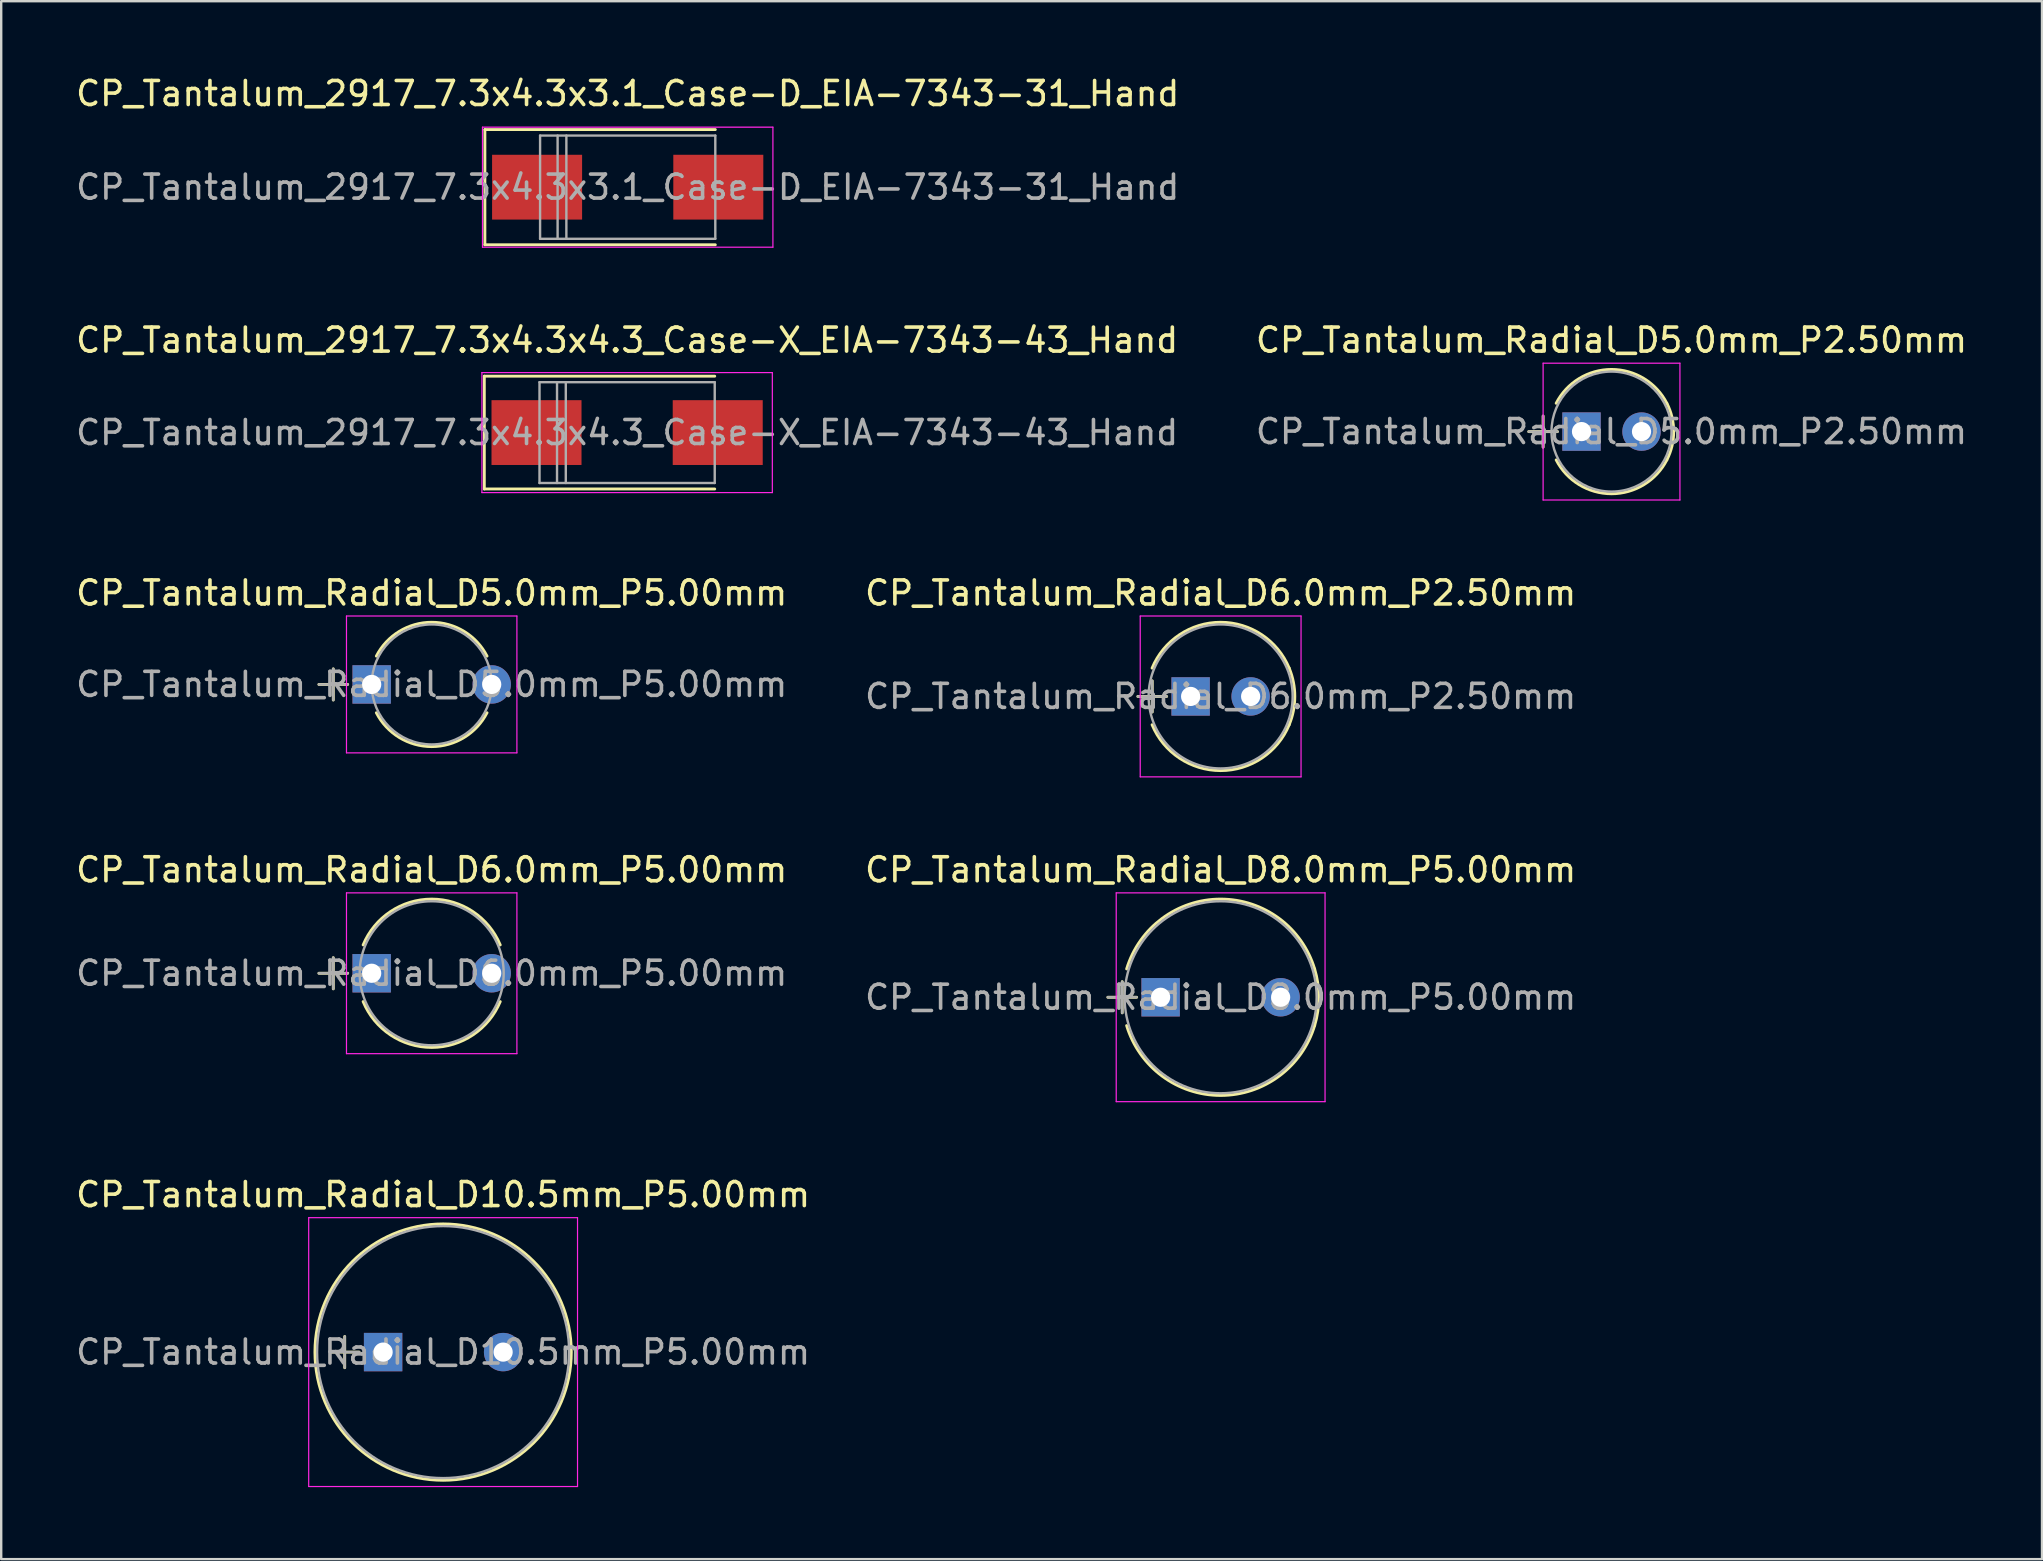
<source format=kicad_pcb>
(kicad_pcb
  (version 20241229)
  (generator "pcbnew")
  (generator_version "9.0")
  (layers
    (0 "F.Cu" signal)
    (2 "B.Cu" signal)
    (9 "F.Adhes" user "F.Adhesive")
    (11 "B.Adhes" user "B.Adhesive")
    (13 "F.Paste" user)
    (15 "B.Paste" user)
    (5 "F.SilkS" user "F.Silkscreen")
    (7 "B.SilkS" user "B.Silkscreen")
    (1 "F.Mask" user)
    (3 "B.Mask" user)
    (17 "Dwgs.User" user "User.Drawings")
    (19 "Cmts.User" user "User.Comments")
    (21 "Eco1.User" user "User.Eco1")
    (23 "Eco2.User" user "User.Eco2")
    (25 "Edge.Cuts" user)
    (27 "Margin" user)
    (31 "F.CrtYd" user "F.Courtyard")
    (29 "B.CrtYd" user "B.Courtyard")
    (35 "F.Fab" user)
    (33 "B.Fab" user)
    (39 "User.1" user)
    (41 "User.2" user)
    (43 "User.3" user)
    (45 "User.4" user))
  (footprint "CP_Tantalum_Radial_D6.0mm_P5.00mm"
    (layer "F.Cu")
    (at 12.435 37.498)
    (property "Reference" "CP_Tantalum_Radial_D6.0mm_P5.00mm" (at 2.5 -4.31 0) (layer "F.SilkS") (effects (font (size 1 1) (thickness 0.15))))
    (attr through_hole)
    (fp_line (start -2.2 0) (end -1 0) (stroke (width 0.12) (type solid)) (layer "F.SilkS"))
    (fp_line (start -1.6 -0.65) (end -1.6 0.65) (stroke (width 0.12) (type solid)) (layer "F.SilkS"))
    (fp_arc (start -0.355819 -1.18) (mid 2.5 -3.09) (end 5.355819 -1.18) (stroke (width 0.12) (type solid)) (layer "F.SilkS"))
    (fp_arc (start 5.355819 1.18) (mid 2.5 3.09) (end -0.355819 1.18) (stroke (width 0.12) (type solid)) (layer "F.SilkS"))
    (fp_line (start -1.05 -3.35) (end -1.05 3.35) (stroke (width 0.05) (type solid)) (layer "F.CrtYd"))
    (fp_line (start -1.05 3.35) (end 6.05 3.35) (stroke (width 0.05) (type solid)) (layer "F.CrtYd"))
    (fp_line (start 6.05 -3.35) (end -1.05 -3.35) (stroke (width 0.05) (type solid)) (layer "F.CrtYd"))
    (fp_line (start 6.05 3.35) (end 6.05 -3.35) (stroke (width 0.05) (type solid)) (layer "F.CrtYd"))
    (fp_line (start -2.2 0) (end -1 0) (stroke (width 0.1) (type solid)) (layer "F.Fab"))
    (fp_line (start -1.6 -0.65) (end -1.6 0.65) (stroke (width 0.1) (type solid)) (layer "F.Fab"))
    (fp_circle (center 2.5 0) (end 5.5 0) (stroke (width 0.1) (type solid)) (fill no) (layer "F.Fab"))
    (fp_text user "${REFERENCE}" (at 2.5 0 0) (layer "F.Fab") (effects (font (size 1 1) (thickness 0.15))))
    (pad "1" thru_hole rect (at 0 0) (size 1.6 1.6) (drill 0.8) (layers "*.Cu" "*.Mask"))
    (pad "2" thru_hole circle (at 5 0) (size 1.6 1.6) (drill 0.8) (layers "*.Cu" "*.Mask")))
  (footprint "CP_Tantalum_Radial_D5.0mm_P5.00mm"
    (layer "F.Cu")
    (at 12.435 25.465)
    (property "Reference" "CP_Tantalum_Radial_D5.0mm_P5.00mm" (at 2.5 -3.81 0) (layer "F.SilkS") (effects (font (size 1 1) (thickness 0.15))))
    (attr through_hole)
    (fp_line (start -2.2 0) (end -1 0) (stroke (width 0.12) (type solid)) (layer "F.SilkS"))
    (fp_line (start -1.6 -0.65) (end -1.6 0.65) (stroke (width 0.12) (type solid)) (layer "F.SilkS"))
    (fp_arc (start 0.19442 -1.18) (mid 2.500156 -2.59) (end 4.805722 -1.179722) (stroke (width 0.12) (type solid)) (layer "F.SilkS"))
    (fp_arc (start 4.805722 1.179722) (mid 2.500156 2.59) (end 0.19442 1.18) (stroke (width 0.12) (type solid)) (layer "F.SilkS"))
    (fp_line (start -1.05 -2.85) (end -1.05 2.85) (stroke (width 0.05) (type solid)) (layer "F.CrtYd"))
    (fp_line (start -1.05 2.85) (end 6.05 2.85) (stroke (width 0.05) (type solid)) (layer "F.CrtYd"))
    (fp_line (start 6.05 -2.85) (end -1.05 -2.85) (stroke (width 0.05) (type solid)) (layer "F.CrtYd"))
    (fp_line (start 6.05 2.85) (end 6.05 -2.85) (stroke (width 0.05) (type solid)) (layer "F.CrtYd"))
    (fp_line (start -2.2 0) (end -1 0) (stroke (width 0.1) (type solid)) (layer "F.Fab"))
    (fp_line (start -1.6 -0.65) (end -1.6 0.65) (stroke (width 0.1) (type solid)) (layer "F.Fab"))
    (fp_circle (center 2.5 0) (end 5 0) (stroke (width 0.1) (type solid)) (fill no) (layer "F.Fab"))
    (fp_text user "${REFERENCE}" (at 2.5 0 0) (layer "F.Fab") (effects (font (size 1 1) (thickness 0.15))))
    (pad "1" thru_hole rect (at 0 0) (size 1.6 1.6) (drill 0.8) (layers "*.Cu" "*.Mask"))
    (pad "2" thru_hole circle (at 5 0) (size 1.6 1.6) (drill 0.8) (layers "*.Cu" "*.Mask")))
  (footprint "CP_Tantalum_Radial_D6.0mm_P2.50mm"
    (layer "F.Cu")
    (at 46.554 25.965)
    (property "Reference" "CP_Tantalum_Radial_D6.0mm_P2.50mm" (at 1.25 -4.31 0) (layer "F.SilkS") (effects (font (size 1 1) (thickness 0.15))))
    (attr through_hole)
    (fp_line (start -2.2 0) (end -1 0) (stroke (width 0.12) (type solid)) (layer "F.SilkS"))
    (fp_line (start -1.6 -0.65) (end -1.6 0.65) (stroke (width 0.12) (type solid)) (layer "F.SilkS"))
    (fp_arc (start -1.605819 -1.18) (mid 1.25 -3.09) (end 4.105819 -1.18) (stroke (width 0.12) (type solid)) (layer "F.SilkS"))
    (fp_arc (start 4.105819 -1.18) (mid 4.34 0) (end 4.105819 1.18) (stroke (width 0.12) (type solid)) (layer "F.SilkS"))
    (fp_arc (start 4.105819 1.18) (mid 1.25 3.09) (end -1.605819 1.18) (stroke (width 0.12) (type solid)) (layer "F.SilkS"))
    (fp_line (start -2.1 -3.35) (end -2.1 3.35) (stroke (width 0.05) (type solid)) (layer "F.CrtYd"))
    (fp_line (start -2.1 3.35) (end 4.6 3.35) (stroke (width 0.05) (type solid)) (layer "F.CrtYd"))
    (fp_line (start 4.6 -3.35) (end -2.1 -3.35) (stroke (width 0.05) (type solid)) (layer "F.CrtYd"))
    (fp_line (start 4.6 3.35) (end 4.6 -3.35) (stroke (width 0.05) (type solid)) (layer "F.CrtYd"))
    (fp_line (start -2.2 0) (end -1 0) (stroke (width 0.1) (type solid)) (layer "F.Fab"))
    (fp_line (start -1.6 -0.65) (end -1.6 0.65) (stroke (width 0.1) (type solid)) (layer "F.Fab"))
    (fp_circle (center 1.25 0) (end 4.25 0) (stroke (width 0.1) (type solid)) (fill no) (layer "F.Fab"))
    (fp_text user "${REFERENCE}" (at 1.25 0 0) (layer "F.Fab") (effects (font (size 1 1) (thickness 0.15))))
    (pad "1" thru_hole rect (at 0 0) (size 1.6 1.6) (drill 0.8) (layers "*.Cu" "*.Mask"))
    (pad "2" thru_hole circle (at 2.5 0) (size 1.6 1.6) (drill 0.8) (layers "*.Cu" "*.Mask")))
  (footprint "CP_Tantalum_2917_7.3x4.3x4.3_Case-X_EIA-7343-43_Hand"
    (layer "F.Cu")
    (at 23.077 14.972)
    (property "Reference" "CP_Tantalum_2917_7.3x4.3x4.3_Case-X_EIA-7343-43_Hand" (at 0 -3.85 0) (layer "F.SilkS") (effects (font (size 1 1) (thickness 0.15))))
    (attr smd)
    (fp_line (start -5.95 -2.35) (end -5.95 2.35) (stroke (width 0.12) (type solid)) (layer "F.SilkS"))
    (fp_line (start -5.95 -2.35) (end 3.65 -2.35) (stroke (width 0.12) (type solid)) (layer "F.SilkS"))
    (fp_line (start -5.95 2.35) (end 3.65 2.35) (stroke (width 0.12) (type solid)) (layer "F.SilkS"))
    (fp_line (start -6.05 -2.5) (end -6.05 2.5) (stroke (width 0.05) (type solid)) (layer "F.CrtYd"))
    (fp_line (start -6.05 2.5) (end 6.05 2.5) (stroke (width 0.05) (type solid)) (layer "F.CrtYd"))
    (fp_line (start 6.05 -2.5) (end -6.05 -2.5) (stroke (width 0.05) (type solid)) (layer "F.CrtYd"))
    (fp_line (start 6.05 2.5) (end 6.05 -2.5) (stroke (width 0.05) (type solid)) (layer "F.CrtYd"))
    (fp_line (start -3.65 -2.1) (end -3.65 2.1) (stroke (width 0.1) (type solid)) (layer "F.Fab"))
    (fp_line (start -3.65 2.1) (end 3.65 2.1) (stroke (width 0.1) (type solid)) (layer "F.Fab"))
    (fp_line (start -2.92 -2.1) (end -2.92 2.1) (stroke (width 0.1) (type solid)) (layer "F.Fab"))
    (fp_line (start -2.555 -2.1) (end -2.555 2.1) (stroke (width 0.1) (type solid)) (layer "F.Fab"))
    (fp_line (start 3.65 -2.1) (end -3.65 -2.1) (stroke (width 0.1) (type solid)) (layer "F.Fab"))
    (fp_line (start 3.65 2.1) (end 3.65 -2.1) (stroke (width 0.1) (type solid)) (layer "F.Fab"))
    (fp_text user "${REFERENCE}" (at 0 0 0) (layer "F.Fab") (effects (font (size 1 1) (thickness 0.15))))
    (pad "1" smd rect (at -3.775 0) (size 3.75 2.7) (layers "F.Cu" "F.Mask" "F.Paste"))
    (pad "2" smd rect (at 3.775 0) (size 3.75 2.7) (layers "F.Cu" "F.Mask" "F.Paste")))
  (footprint "CP_Tantalum_Radial_D10.5mm_P5.00mm"
    (layer "F.Cu")
    (at 12.911 53.281)
    (property "Reference" "CP_Tantalum_Radial_D10.5mm_P5.00mm" (at 2.5 -6.56 0) (layer "F.SilkS") (effects (font (size 1 1) (thickness 0.15))))
    (attr through_hole)
    (fp_line (start -2.2 0) (end -1 0) (stroke (width 0.12) (type solid)) (layer "F.SilkS"))
    (fp_line (start -1.6 -0.65) (end -1.6 0.65) (stroke (width 0.12) (type solid)) (layer "F.SilkS"))
    (fp_circle (center 2.5 0) (end 7.84 0) (stroke (width 0.12) (type solid)) (fill no) (layer "F.SilkS"))
    (fp_line (start -3.1 -5.6) (end -3.1 5.6) (stroke (width 0.05) (type solid)) (layer "F.CrtYd"))
    (fp_line (start -3.1 5.6) (end 8.1 5.6) (stroke (width 0.05) (type solid)) (layer "F.CrtYd"))
    (fp_line (start 8.1 -5.6) (end -3.1 -5.6) (stroke (width 0.05) (type solid)) (layer "F.CrtYd"))
    (fp_line (start 8.1 5.6) (end 8.1 -5.6) (stroke (width 0.05) (type solid)) (layer "F.CrtYd"))
    (fp_line (start -2.2 0) (end -1 0) (stroke (width 0.1) (type solid)) (layer "F.Fab"))
    (fp_line (start -1.6 -0.65) (end -1.6 0.65) (stroke (width 0.1) (type solid)) (layer "F.Fab"))
    (fp_circle (center 2.5 0) (end 7.75 0) (stroke (width 0.1) (type solid)) (fill no) (layer "F.Fab"))
    (fp_text user "${REFERENCE}" (at 2.5 0 0) (layer "F.Fab") (effects (font (size 1 1) (thickness 0.15))))
    (pad "1" thru_hole rect (at 0 0) (size 1.6 1.6) (drill 0.8) (layers "*.Cu" "*.Mask"))
    (pad "2" thru_hole circle (at 5 0) (size 1.6 1.6) (drill 0.8) (layers "*.Cu" "*.Mask")))
  (footprint "CP_Tantalum_Radial_D5.0mm_P2.50mm"
    (layer "F.Cu")
    (at 62.839 14.931)
    (property "Reference" "CP_Tantalum_Radial_D5.0mm_P2.50mm" (at 1.25 -3.81 0) (layer "F.SilkS") (effects (font (size 1 1) (thickness 0.15))))
    (attr through_hole)
    (fp_line (start -2.2 0) (end -1 0) (stroke (width 0.12) (type solid)) (layer "F.SilkS"))
    (fp_line (start -1.6 -0.65) (end -1.6 0.65) (stroke (width 0.12) (type solid)) (layer "F.SilkS"))
    (fp_arc (start -1.05558 -1.18) (mid 1.250156 -2.59) (end 3.555722 -1.179722) (stroke (width 0.12) (type solid)) (layer "F.SilkS"))
    (fp_arc (start 3.55558 -1.18) (mid 3.84 -0.000156) (end 3.555722 1.179722) (stroke (width 0.12) (type solid)) (layer "F.SilkS"))
    (fp_arc (start 3.555722 1.179722) (mid 1.250156 2.59) (end -1.05558 1.18) (stroke (width 0.12) (type solid)) (layer "F.SilkS"))
    (fp_line (start -1.6 -2.85) (end -1.6 2.85) (stroke (width 0.05) (type solid)) (layer "F.CrtYd"))
    (fp_line (start -1.6 2.85) (end 4.1 2.85) (stroke (width 0.05) (type solid)) (layer "F.CrtYd"))
    (fp_line (start 4.1 -2.85) (end -1.6 -2.85) (stroke (width 0.05) (type solid)) (layer "F.CrtYd"))
    (fp_line (start 4.1 2.85) (end 4.1 -2.85) (stroke (width 0.05) (type solid)) (layer "F.CrtYd"))
    (fp_line (start -2.2 0) (end -1 0) (stroke (width 0.1) (type solid)) (layer "F.Fab"))
    (fp_line (start -1.6 -0.65) (end -1.6 0.65) (stroke (width 0.1) (type solid)) (layer "F.Fab"))
    (fp_circle (center 1.25 0) (end 3.75 0) (stroke (width 0.1) (type solid)) (fill no) (layer "F.Fab"))
    (fp_text user "${REFERENCE}" (at 1.25 0 0) (layer "F.Fab") (effects (font (size 1 1) (thickness 0.15))))
    (pad "1" thru_hole rect (at 0 0) (size 1.6 1.6) (drill 0.8) (layers "*.Cu" "*.Mask"))
    (pad "2" thru_hole circle (at 2.5 0) (size 1.6 1.6) (drill 0.8) (layers "*.Cu" "*.Mask")))
  (footprint "CP_Tantalum_Radial_D8.0mm_P5.00mm"
    (layer "F.Cu")
    (at 45.304 38.498)
    (property "Reference" "CP_Tantalum_Radial_D8.0mm_P5.00mm" (at 2.5 -5.31 0) (layer "F.SilkS") (effects (font (size 1 1) (thickness 0.15))))
    (attr through_hole)
    (fp_line (start -2.2 0) (end -1 0) (stroke (width 0.12) (type solid)) (layer "F.SilkS"))
    (fp_line (start -1.6 -0.65) (end -1.6 0.65) (stroke (width 0.12) (type solid)) (layer "F.SilkS"))
    (fp_arc (start -1.416082 -1.18) (mid 2.501334 -4.09) (end 6.416851 -1.177445) (stroke (width 0.12) (type solid)) (layer "F.SilkS"))
    (fp_arc (start 6.416082 -1.18) (mid 6.59 -0.001334) (end 6.416851 1.177445) (stroke (width 0.12) (type solid)) (layer "F.SilkS"))
    (fp_arc (start 6.416851 1.177445) (mid 2.501334 4.09) (end -1.416082 1.18) (stroke (width 0.12) (type solid)) (layer "F.SilkS"))
    (fp_line (start -1.85 -4.35) (end -1.85 4.35) (stroke (width 0.05) (type solid)) (layer "F.CrtYd"))
    (fp_line (start -1.85 4.35) (end 6.85 4.35) (stroke (width 0.05) (type solid)) (layer "F.CrtYd"))
    (fp_line (start 6.85 -4.35) (end -1.85 -4.35) (stroke (width 0.05) (type solid)) (layer "F.CrtYd"))
    (fp_line (start 6.85 4.35) (end 6.85 -4.35) (stroke (width 0.05) (type solid)) (layer "F.CrtYd"))
    (fp_line (start -2.2 0) (end -1 0) (stroke (width 0.1) (type solid)) (layer "F.Fab"))
    (fp_line (start -1.6 -0.65) (end -1.6 0.65) (stroke (width 0.1) (type solid)) (layer "F.Fab"))
    (fp_circle (center 2.5 0) (end 6.5 0) (stroke (width 0.1) (type solid)) (fill no) (layer "F.Fab"))
    (fp_text user "${REFERENCE}" (at 2.5 0 0) (layer "F.Fab") (effects (font (size 1 1) (thickness 0.15))))
    (pad "1" thru_hole rect (at 0 0) (size 1.6 1.6) (drill 0.8) (layers "*.Cu" "*.Mask"))
    (pad "2" thru_hole circle (at 5 0) (size 1.6 1.6) (drill 0.8) (layers "*.Cu" "*.Mask")))
  (footprint "CP_Tantalum_2917_7.3x4.3x3.1_Case-D_EIA-7343-31_Hand"
    (layer "F.Cu")
    (at 23.101 4.748)
    (property "Reference" "CP_Tantalum_2917_7.3x4.3x3.1_Case-D_EIA-7343-31_Hand" (at 0 -3.9 0) (layer "F.SilkS") (effects (font (size 1 1) (thickness 0.15))))
    (attr smd)
    (fp_line (start -5.95 -2.4) (end -5.95 2.4) (stroke (width 0.12) (type solid)) (layer "F.SilkS"))
    (fp_line (start -5.95 -2.4) (end 3.65 -2.4) (stroke (width 0.12) (type solid)) (layer "F.SilkS"))
    (fp_line (start -5.95 2.4) (end 3.65 2.4) (stroke (width 0.12) (type solid)) (layer "F.SilkS"))
    (fp_line (start -6.05 -2.5) (end -6.05 2.5) (stroke (width 0.05) (type solid)) (layer "F.CrtYd"))
    (fp_line (start -6.05 2.5) (end 6.05 2.5) (stroke (width 0.05) (type solid)) (layer "F.CrtYd"))
    (fp_line (start 6.05 -2.5) (end -6.05 -2.5) (stroke (width 0.05) (type solid)) (layer "F.CrtYd"))
    (fp_line (start 6.05 2.5) (end 6.05 -2.5) (stroke (width 0.05) (type solid)) (layer "F.CrtYd"))
    (fp_line (start -3.65 -2.15) (end -3.65 2.15) (stroke (width 0.1) (type solid)) (layer "F.Fab"))
    (fp_line (start -3.65 2.15) (end 3.65 2.15) (stroke (width 0.1) (type solid)) (layer "F.Fab"))
    (fp_line (start -2.92 -2.15) (end -2.92 2.15) (stroke (width 0.1) (type solid)) (layer "F.Fab"))
    (fp_line (start -2.555 -2.15) (end -2.555 2.15) (stroke (width 0.1) (type solid)) (layer "F.Fab"))
    (fp_line (start 3.65 -2.15) (end -3.65 -2.15) (stroke (width 0.1) (type solid)) (layer "F.Fab"))
    (fp_line (start 3.65 2.15) (end 3.65 -2.15) (stroke (width 0.1) (type solid)) (layer "F.Fab"))
    (fp_text user "${REFERENCE}" (at 0 0 0) (layer "F.Fab") (effects (font (size 1 1) (thickness 0.15))))
    (pad "1" smd rect (at -3.775 0) (size 3.75 2.7) (layers "F.Cu" "F.Mask" "F.Paste"))
    (pad "2" smd rect (at 3.775 0) (size 3.75 2.7) (layers "F.Cu" "F.Mask" "F.Paste")))
  (gr_rect
    (start -3 -3)
    (end 82.024 61.906)
    (stroke (width 0.1) (type default))
    (fill no)
    (layer "Edge.Cuts")))
</source>
